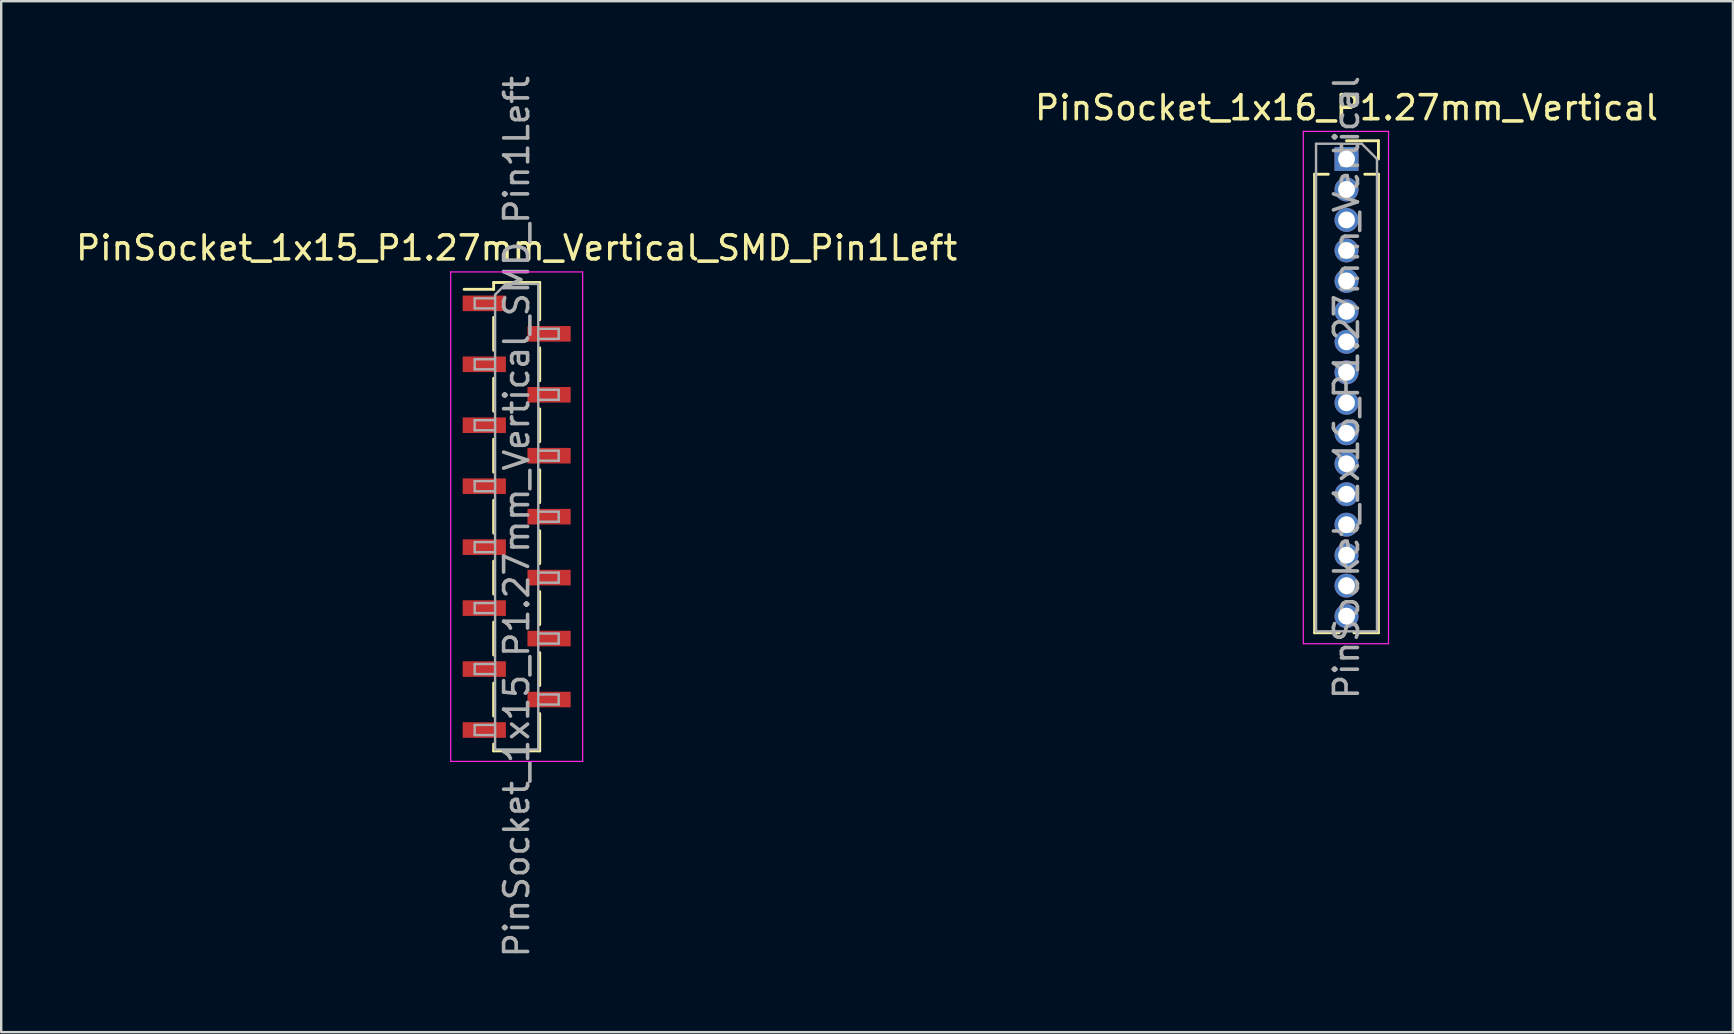
<source format=kicad_pcb>
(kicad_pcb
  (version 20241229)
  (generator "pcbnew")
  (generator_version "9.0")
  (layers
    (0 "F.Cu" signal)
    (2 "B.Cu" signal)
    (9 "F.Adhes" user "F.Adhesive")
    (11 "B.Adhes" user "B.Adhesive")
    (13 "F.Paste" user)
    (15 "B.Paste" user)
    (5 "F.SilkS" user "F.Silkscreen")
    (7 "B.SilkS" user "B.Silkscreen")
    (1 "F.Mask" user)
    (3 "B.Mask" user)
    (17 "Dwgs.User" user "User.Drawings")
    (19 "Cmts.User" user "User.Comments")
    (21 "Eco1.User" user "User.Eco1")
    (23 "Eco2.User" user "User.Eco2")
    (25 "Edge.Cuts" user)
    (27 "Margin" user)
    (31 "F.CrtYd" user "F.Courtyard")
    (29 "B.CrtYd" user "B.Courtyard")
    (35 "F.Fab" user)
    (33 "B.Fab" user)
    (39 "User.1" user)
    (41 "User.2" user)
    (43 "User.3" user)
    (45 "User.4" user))
  (footprint "PinSocket_1x16_P1.27mm_Vertical"
    (layer "F.Cu")
    (at 53.065 3.576)
    (property "Reference" "PinSocket_1x16_P1.27mm_Vertical" (at 0 -2.135 0) (layer "F.SilkS") (effects (font (size 1 1) (thickness 0.15))))
    (attr through_hole)
    (fp_line (start -1.33 0.635) (end -1.33 19.745) (stroke (width 0.12) (type solid)) (layer "F.SilkS"))
    (fp_line (start -1.33 0.635) (end -0.76 0.635) (stroke (width 0.12) (type solid)) (layer "F.SilkS"))
    (fp_line (start -1.33 19.745) (end -0.308 19.745) (stroke (width 0.12) (type solid)) (layer "F.SilkS"))
    (fp_line (start 0 -0.76) (end 1.33 -0.76) (stroke (width 0.12) (type solid)) (layer "F.SilkS"))
    (fp_line (start 0.308 19.745) (end 1.33 19.745) (stroke (width 0.12) (type solid)) (layer "F.SilkS"))
    (fp_line (start 0.76 0.635) (end 1.33 0.635) (stroke (width 0.12) (type solid)) (layer "F.SilkS"))
    (fp_line (start 1.33 -0.76) (end 1.33 0) (stroke (width 0.12) (type solid)) (layer "F.SilkS"))
    (fp_line (start 1.33 0.635) (end 1.33 19.745) (stroke (width 0.12) (type solid)) (layer "F.SilkS"))
    (fp_line (start -1.8 -1.15) (end 1.75 -1.15) (stroke (width 0.05) (type solid)) (layer "F.CrtYd"))
    (fp_line (start -1.8 20.2) (end -1.8 -1.15) (stroke (width 0.05) (type solid)) (layer "F.CrtYd"))
    (fp_line (start 1.75 -1.15) (end 1.75 20.2) (stroke (width 0.05) (type solid)) (layer "F.CrtYd"))
    (fp_line (start 1.75 20.2) (end -1.8 20.2) (stroke (width 0.05) (type solid)) (layer "F.CrtYd"))
    (fp_line (start -1.27 -0.635) (end 0.635 -0.635) (stroke (width 0.1) (type solid)) (layer "F.Fab"))
    (fp_line (start -1.27 19.685) (end -1.27 -0.635) (stroke (width 0.1) (type solid)) (layer "F.Fab"))
    (fp_line (start 0.635 -0.635) (end 1.27 0) (stroke (width 0.1) (type solid)) (layer "F.Fab"))
    (fp_line (start 1.27 0) (end 1.27 19.685) (stroke (width 0.1) (type solid)) (layer "F.Fab"))
    (fp_line (start 1.27 19.685) (end -1.27 19.685) (stroke (width 0.1) (type solid)) (layer "F.Fab"))
    (fp_text user "${REFERENCE}" (at 0 9.525 90) (layer "F.Fab") (effects (font (size 1 1) (thickness 0.15))))
    (pad "1" thru_hole rect (at 0 0) (size 1 1) (drill 0.7) (layers "*.Cu" "*.Mask"))
    (pad "2" thru_hole oval (at 0 1.27) (size 1 1) (drill 0.7) (layers "*.Cu" "*.Mask"))
    (pad "3" thru_hole oval (at 0 2.54) (size 1 1) (drill 0.7) (layers "*.Cu" "*.Mask"))
    (pad "4" thru_hole oval (at 0 3.81) (size 1 1) (drill 0.7) (layers "*.Cu" "*.Mask"))
    (pad "5" thru_hole oval (at 0 5.08) (size 1 1) (drill 0.7) (layers "*.Cu" "*.Mask"))
    (pad "6" thru_hole oval (at 0 6.35) (size 1 1) (drill 0.7) (layers "*.Cu" "*.Mask"))
    (pad "7" thru_hole oval (at 0 7.62) (size 1 1) (drill 0.7) (layers "*.Cu" "*.Mask"))
    (pad "8" thru_hole oval (at 0 8.89) (size 1 1) (drill 0.7) (layers "*.Cu" "*.Mask"))
    (pad "9" thru_hole oval (at 0 10.16) (size 1 1) (drill 0.7) (layers "*.Cu" "*.Mask"))
    (pad "10" thru_hole oval (at 0 11.43) (size 1 1) (drill 0.7) (layers "*.Cu" "*.Mask"))
    (pad "11" thru_hole oval (at 0 12.7) (size 1 1) (drill 0.7) (layers "*.Cu" "*.Mask"))
    (pad "12" thru_hole oval (at 0 13.97) (size 1 1) (drill 0.7) (layers "*.Cu" "*.Mask"))
    (pad "13" thru_hole oval (at 0 15.24) (size 1 1) (drill 0.7) (layers "*.Cu" "*.Mask"))
    (pad "14" thru_hole oval (at 0 16.51) (size 1 1) (drill 0.7) (layers "*.Cu" "*.Mask"))
    (pad "15" thru_hole oval (at 0 17.78) (size 1 1) (drill 0.7) (layers "*.Cu" "*.Mask"))
    (pad "16" thru_hole oval (at 0 19.05) (size 1 1) (drill 0.7) (layers "*.Cu" "*.Mask")))
  (footprint "PinSocket_1x15_P1.27mm_Vertical_SMD_Pin1Left"
    (layer "F.Cu")
    (at 18.482 18.482)
    (property "Reference" "PinSocket_1x15_P1.27mm_Vertical_SMD_Pin1Left" (at 0 -11.2 0) (layer "F.SilkS") (effects (font (size 1 1) (thickness 0.15))))
    (attr smd)
    (fp_line (start -2.19 -9.475) (end -0.96 -9.475) (stroke (width 0.12) (type solid)) (layer "F.SilkS"))
    (fp_line (start -0.96 -9.76) (end -0.96 -9.475) (stroke (width 0.12) (type solid)) (layer "F.SilkS"))
    (fp_line (start -0.96 -9.76) (end 0.96 -9.76) (stroke (width 0.12) (type solid)) (layer "F.SilkS"))
    (fp_line (start -0.96 -8.305) (end -0.96 -6.935) (stroke (width 0.12) (type solid)) (layer "F.SilkS"))
    (fp_line (start -0.96 -5.765) (end -0.96 -4.395) (stroke (width 0.12) (type solid)) (layer "F.SilkS"))
    (fp_line (start -0.96 -3.225) (end -0.96 -1.855) (stroke (width 0.12) (type solid)) (layer "F.SilkS"))
    (fp_line (start -0.96 -0.685) (end -0.96 0.685) (stroke (width 0.12) (type solid)) (layer "F.SilkS"))
    (fp_line (start -0.96 1.855) (end -0.96 3.225) (stroke (width 0.12) (type solid)) (layer "F.SilkS"))
    (fp_line (start -0.96 4.395) (end -0.96 5.765) (stroke (width 0.12) (type solid)) (layer "F.SilkS"))
    (fp_line (start -0.96 6.935) (end -0.96 8.305) (stroke (width 0.12) (type solid)) (layer "F.SilkS"))
    (fp_line (start -0.96 9.475) (end -0.96 9.76) (stroke (width 0.12) (type solid)) (layer "F.SilkS"))
    (fp_line (start -0.96 9.76) (end 0.96 9.76) (stroke (width 0.12) (type solid)) (layer "F.SilkS"))
    (fp_line (start 0.96 -9.76) (end 0.96 -8.205) (stroke (width 0.12) (type solid)) (layer "F.SilkS"))
    (fp_line (start 0.96 -7.035) (end 0.96 -5.665) (stroke (width 0.12) (type solid)) (layer "F.SilkS"))
    (fp_line (start 0.96 -4.495) (end 0.96 -3.125) (stroke (width 0.12) (type solid)) (layer "F.SilkS"))
    (fp_line (start 0.96 -1.955) (end 0.96 -0.585) (stroke (width 0.12) (type solid)) (layer "F.SilkS"))
    (fp_line (start 0.96 0.585) (end 0.96 1.955) (stroke (width 0.12) (type solid)) (layer "F.SilkS"))
    (fp_line (start 0.96 3.125) (end 0.96 4.495) (stroke (width 0.12) (type solid)) (layer "F.SilkS"))
    (fp_line (start 0.96 5.665) (end 0.96 7.035) (stroke (width 0.12) (type solid)) (layer "F.SilkS"))
    (fp_line (start 0.96 8.205) (end 0.96 9.76) (stroke (width 0.12) (type solid)) (layer "F.SilkS"))
    (fp_line (start -2.75 -10.2) (end 2.75 -10.2) (stroke (width 0.05) (type solid)) (layer "F.CrtYd"))
    (fp_line (start -2.75 10.2) (end -2.75 -10.2) (stroke (width 0.05) (type solid)) (layer "F.CrtYd"))
    (fp_line (start 2.75 -10.2) (end 2.75 10.2) (stroke (width 0.05) (type solid)) (layer "F.CrtYd"))
    (fp_line (start 2.75 10.2) (end -2.75 10.2) (stroke (width 0.05) (type solid)) (layer "F.CrtYd"))
    (fp_line (start -1.75 -9.1) (end -0.9 -9.1) (stroke (width 0.1) (type solid)) (layer "F.Fab"))
    (fp_line (start -1.75 -8.68) (end -1.75 -9.1) (stroke (width 0.1) (type solid)) (layer "F.Fab"))
    (fp_line (start -1.75 -6.56) (end -0.9 -6.56) (stroke (width 0.1) (type solid)) (layer "F.Fab"))
    (fp_line (start -1.75 -6.14) (end -1.75 -6.56) (stroke (width 0.1) (type solid)) (layer "F.Fab"))
    (fp_line (start -1.75 -4.02) (end -0.9 -4.02) (stroke (width 0.1) (type solid)) (layer "F.Fab"))
    (fp_line (start -1.75 -3.6) (end -1.75 -4.02) (stroke (width 0.1) (type solid)) (layer "F.Fab"))
    (fp_line (start -1.75 -1.48) (end -0.9 -1.48) (stroke (width 0.1) (type solid)) (layer "F.Fab"))
    (fp_line (start -1.75 -1.06) (end -1.75 -1.48) (stroke (width 0.1) (type solid)) (layer "F.Fab"))
    (fp_line (start -1.75 1.06) (end -0.9 1.06) (stroke (width 0.1) (type solid)) (layer "F.Fab"))
    (fp_line (start -1.75 1.48) (end -1.75 1.06) (stroke (width 0.1) (type solid)) (layer "F.Fab"))
    (fp_line (start -1.75 3.6) (end -0.9 3.6) (stroke (width 0.1) (type solid)) (layer "F.Fab"))
    (fp_line (start -1.75 4.02) (end -1.75 3.6) (stroke (width 0.1) (type solid)) (layer "F.Fab"))
    (fp_line (start -1.75 6.14) (end -0.9 6.14) (stroke (width 0.1) (type solid)) (layer "F.Fab"))
    (fp_line (start -1.75 6.56) (end -1.75 6.14) (stroke (width 0.1) (type solid)) (layer "F.Fab"))
    (fp_line (start -1.75 8.68) (end -0.9 8.68) (stroke (width 0.1) (type solid)) (layer "F.Fab"))
    (fp_line (start -1.75 9.1) (end -1.75 8.68) (stroke (width 0.1) (type solid)) (layer "F.Fab"))
    (fp_line (start -0.9 -9.25) (end -0.45 -9.7) (stroke (width 0.1) (type solid)) (layer "F.Fab"))
    (fp_line (start -0.9 -8.68) (end -1.75 -8.68) (stroke (width 0.1) (type solid)) (layer "F.Fab"))
    (fp_line (start -0.9 -6.14) (end -1.75 -6.14) (stroke (width 0.1) (type solid)) (layer "F.Fab"))
    (fp_line (start -0.9 -3.6) (end -1.75 -3.6) (stroke (width 0.1) (type solid)) (layer "F.Fab"))
    (fp_line (start -0.9 -1.06) (end -1.75 -1.06) (stroke (width 0.1) (type solid)) (layer "F.Fab"))
    (fp_line (start -0.9 1.48) (end -1.75 1.48) (stroke (width 0.1) (type solid)) (layer "F.Fab"))
    (fp_line (start -0.9 4.02) (end -1.75 4.02) (stroke (width 0.1) (type solid)) (layer "F.Fab"))
    (fp_line (start -0.9 6.56) (end -1.75 6.56) (stroke (width 0.1) (type solid)) (layer "F.Fab"))
    (fp_line (start -0.9 9.1) (end -1.75 9.1) (stroke (width 0.1) (type solid)) (layer "F.Fab"))
    (fp_line (start -0.9 9.7) (end -0.9 -9.25) (stroke (width 0.1) (type solid)) (layer "F.Fab"))
    (fp_line (start -0.45 -9.7) (end 0.9 -9.7) (stroke (width 0.1) (type solid)) (layer "F.Fab"))
    (fp_line (start 0.9 -9.7) (end 0.9 9.7) (stroke (width 0.1) (type solid)) (layer "F.Fab"))
    (fp_line (start 0.9 -7.83) (end 1.75 -7.83) (stroke (width 0.1) (type solid)) (layer "F.Fab"))
    (fp_line (start 0.9 -5.29) (end 1.75 -5.29) (stroke (width 0.1) (type solid)) (layer "F.Fab"))
    (fp_line (start 0.9 -2.75) (end 1.75 -2.75) (stroke (width 0.1) (type solid)) (layer "F.Fab"))
    (fp_line (start 0.9 -0.21) (end 1.75 -0.21) (stroke (width 0.1) (type solid)) (layer "F.Fab"))
    (fp_line (start 0.9 2.33) (end 1.75 2.33) (stroke (width 0.1) (type solid)) (layer "F.Fab"))
    (fp_line (start 0.9 4.87) (end 1.75 4.87) (stroke (width 0.1) (type solid)) (layer "F.Fab"))
    (fp_line (start 0.9 7.41) (end 1.75 7.41) (stroke (width 0.1) (type solid)) (layer "F.Fab"))
    (fp_line (start 0.9 9.7) (end -0.9 9.7) (stroke (width 0.1) (type solid)) (layer "F.Fab"))
    (fp_line (start 1.75 -7.83) (end 1.75 -7.41) (stroke (width 0.1) (type solid)) (layer "F.Fab"))
    (fp_line (start 1.75 -7.41) (end 0.9 -7.41) (stroke (width 0.1) (type solid)) (layer "F.Fab"))
    (fp_line (start 1.75 -5.29) (end 1.75 -4.87) (stroke (width 0.1) (type solid)) (layer "F.Fab"))
    (fp_line (start 1.75 -4.87) (end 0.9 -4.87) (stroke (width 0.1) (type solid)) (layer "F.Fab"))
    (fp_line (start 1.75 -2.75) (end 1.75 -2.33) (stroke (width 0.1) (type solid)) (layer "F.Fab"))
    (fp_line (start 1.75 -2.33) (end 0.9 -2.33) (stroke (width 0.1) (type solid)) (layer "F.Fab"))
    (fp_line (start 1.75 -0.21) (end 1.75 0.21) (stroke (width 0.1) (type solid)) (layer "F.Fab"))
    (fp_line (start 1.75 0.21) (end 0.9 0.21) (stroke (width 0.1) (type solid)) (layer "F.Fab"))
    (fp_line (start 1.75 2.33) (end 1.75 2.75) (stroke (width 0.1) (type solid)) (layer "F.Fab"))
    (fp_line (start 1.75 2.75) (end 0.9 2.75) (stroke (width 0.1) (type solid)) (layer "F.Fab"))
    (fp_line (start 1.75 4.87) (end 1.75 5.29) (stroke (width 0.1) (type solid)) (layer "F.Fab"))
    (fp_line (start 1.75 5.29) (end 0.9 5.29) (stroke (width 0.1) (type solid)) (layer "F.Fab"))
    (fp_line (start 1.75 7.41) (end 1.75 7.83) (stroke (width 0.1) (type solid)) (layer "F.Fab"))
    (fp_line (start 1.75 7.83) (end 0.9 7.83) (stroke (width 0.1) (type solid)) (layer "F.Fab"))
    (fp_text user "${REFERENCE}" (at 0 0 90) (layer "F.Fab") (effects (font (size 1 1) (thickness 0.15))))
    (pad "1" smd rect (at -1.35 -8.89) (size 1.8 0.65) (layers "F.Cu" "F.Mask" "F.Paste"))
    (pad "2" smd rect (at 1.35 -7.62) (size 1.8 0.65) (layers "F.Cu" "F.Mask" "F.Paste"))
    (pad "3" smd rect (at -1.35 -6.35) (size 1.8 0.65) (layers "F.Cu" "F.Mask" "F.Paste"))
    (pad "4" smd rect (at 1.35 -5.08) (size 1.8 0.65) (layers "F.Cu" "F.Mask" "F.Paste"))
    (pad "5" smd rect (at -1.35 -3.81) (size 1.8 0.65) (layers "F.Cu" "F.Mask" "F.Paste"))
    (pad "6" smd rect (at 1.35 -2.54) (size 1.8 0.65) (layers "F.Cu" "F.Mask" "F.Paste"))
    (pad "7" smd rect (at -1.35 -1.27) (size 1.8 0.65) (layers "F.Cu" "F.Mask" "F.Paste"))
    (pad "8" smd rect (at 1.35 0) (size 1.8 0.65) (layers "F.Cu" "F.Mask" "F.Paste"))
    (pad "9" smd rect (at -1.35 1.27) (size 1.8 0.65) (layers "F.Cu" "F.Mask" "F.Paste"))
    (pad "10" smd rect (at 1.35 2.54) (size 1.8 0.65) (layers "F.Cu" "F.Mask" "F.Paste"))
    (pad "11" smd rect (at -1.35 3.81) (size 1.8 0.65) (layers "F.Cu" "F.Mask" "F.Paste"))
    (pad "12" smd rect (at 1.35 5.08) (size 1.8 0.65) (layers "F.Cu" "F.Mask" "F.Paste"))
    (pad "13" smd rect (at -1.35 6.35) (size 1.8 0.65) (layers "F.Cu" "F.Mask" "F.Paste"))
    (pad "14" smd rect (at 1.35 7.62) (size 1.8 0.65) (layers "F.Cu" "F.Mask" "F.Paste"))
    (pad "15" smd rect (at -1.35 8.89) (size 1.8 0.65) (layers "F.Cu" "F.Mask" "F.Paste")))
  (gr_rect
    (start -3 -3)
    (end 69.167 39.964)
    (stroke (width 0.1) (type default))
    (fill no)
    (layer "Edge.Cuts")))
</source>
